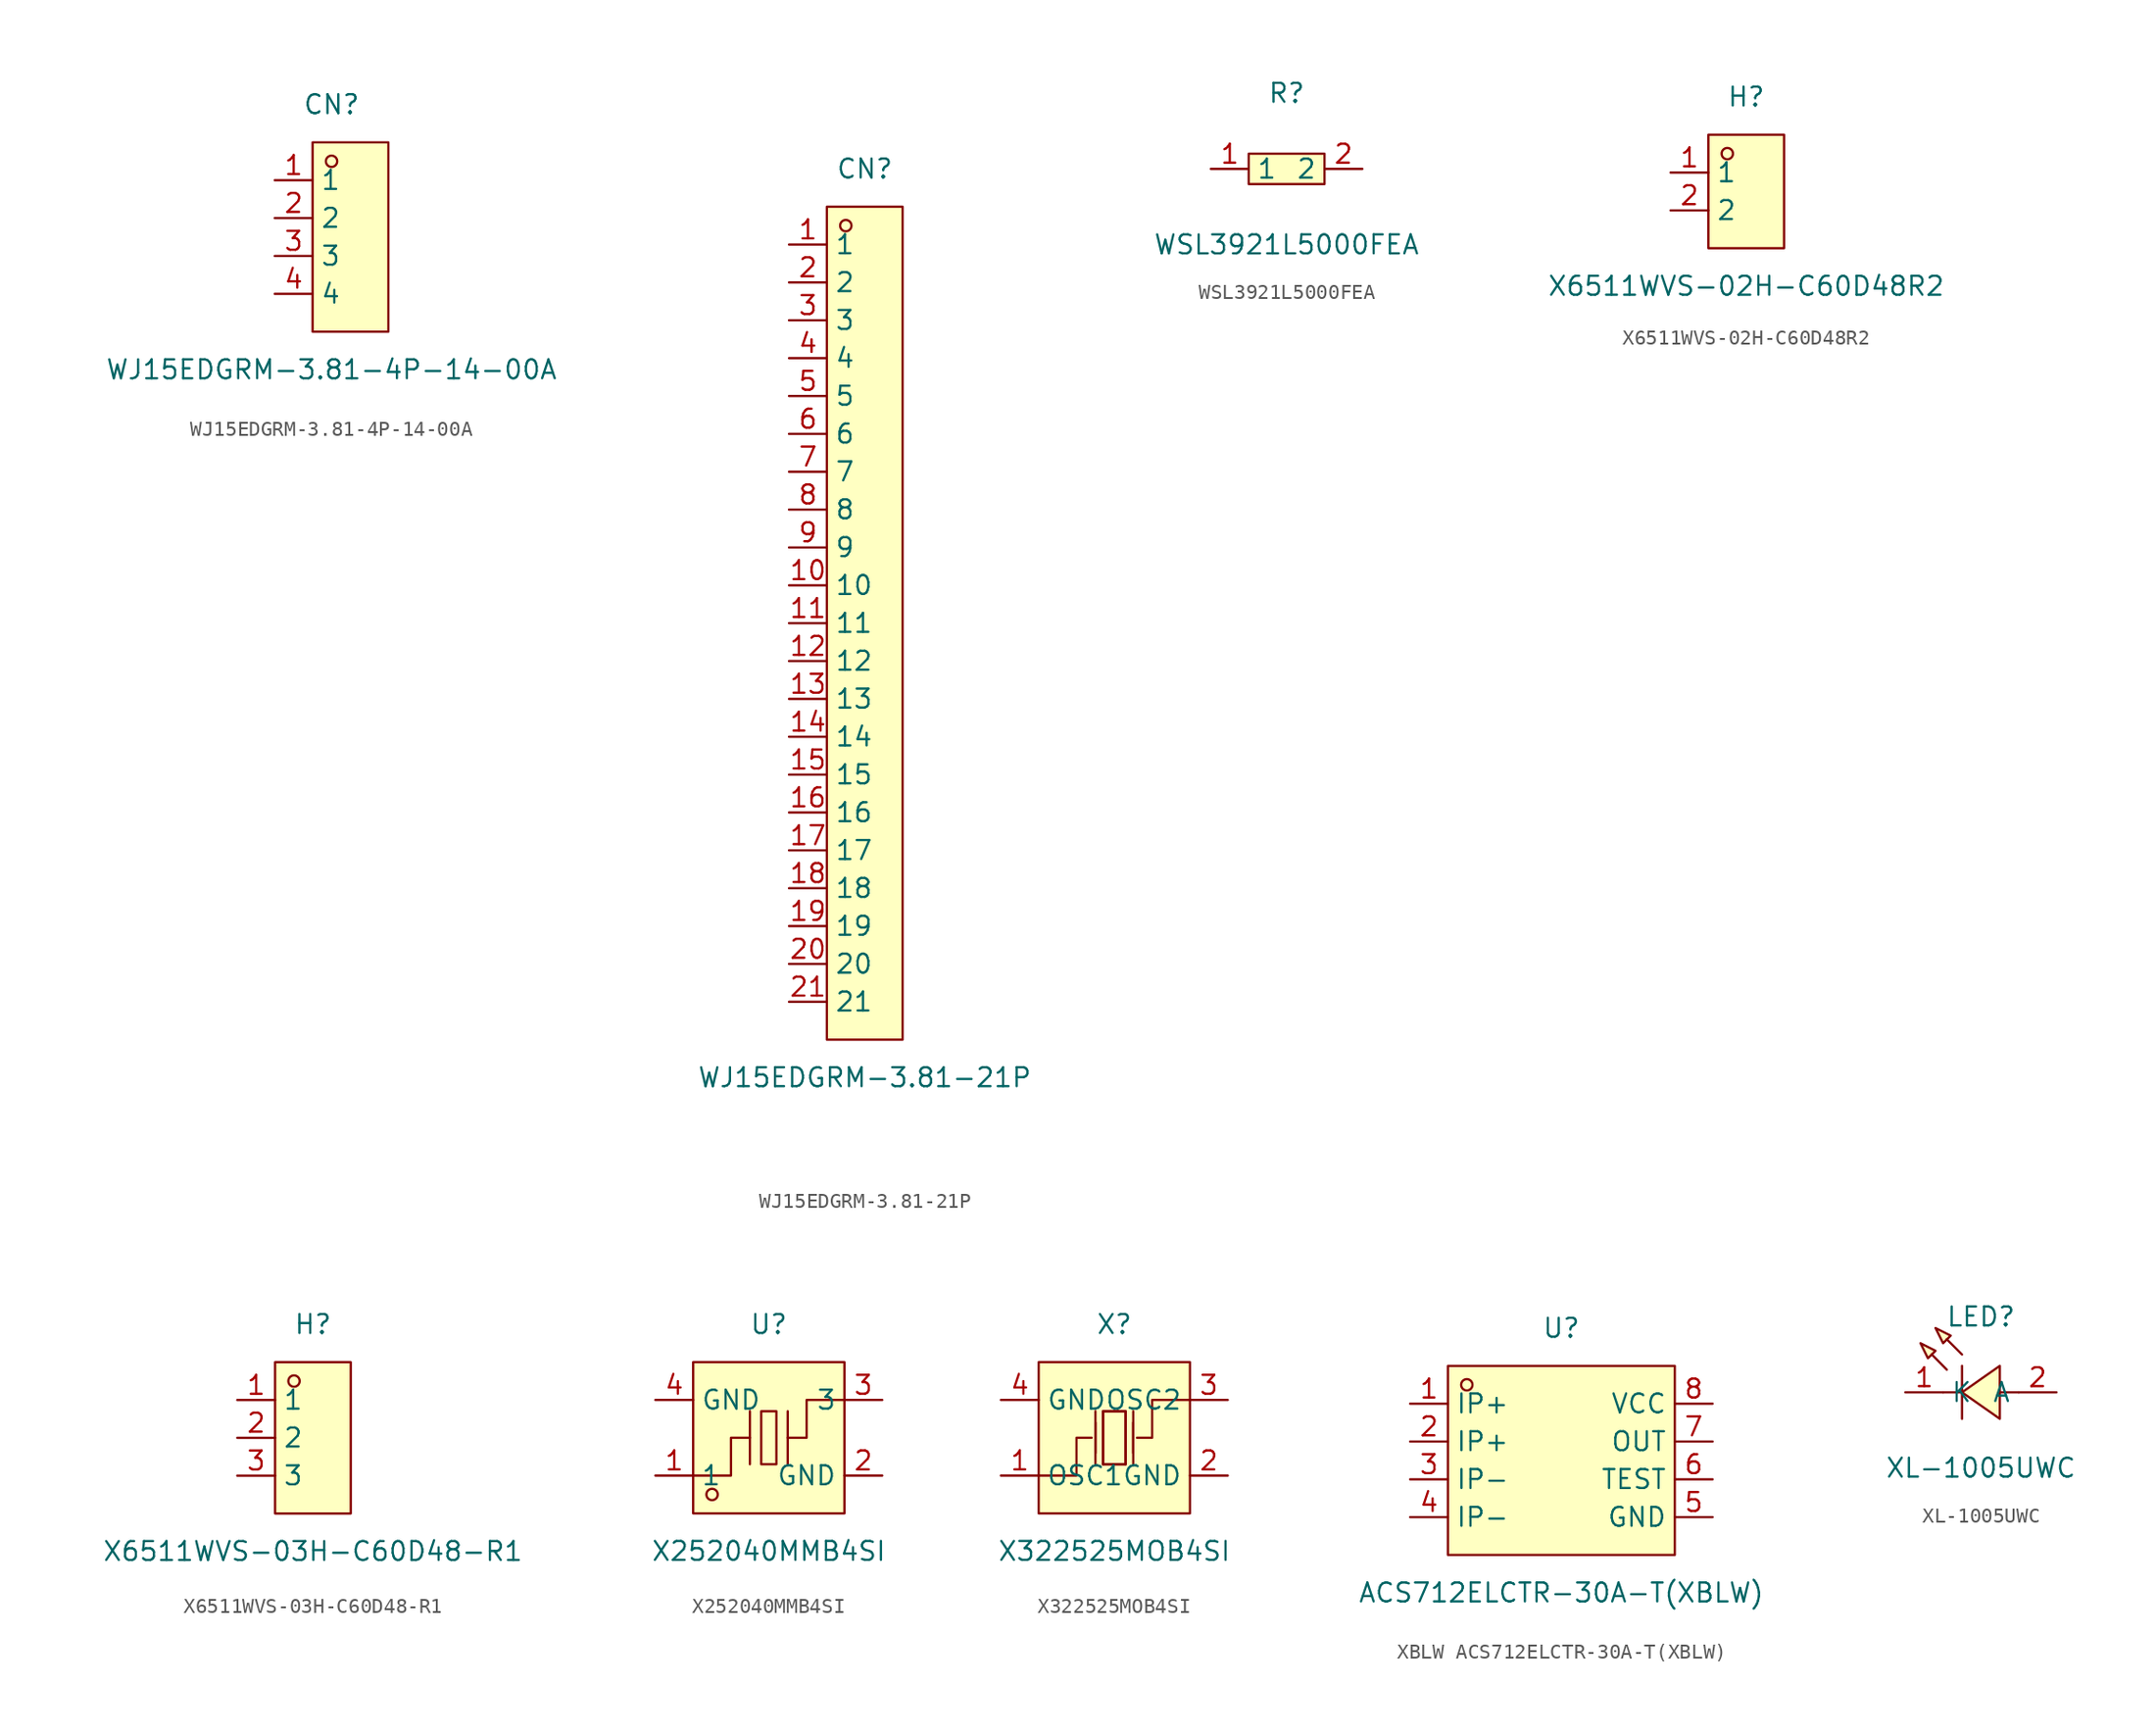
<source format=kicad_sym>
(kicad_symbol_lib
  (version 20231120)
  (generator "kicad_symbol_editor")
  (generator_version "8.0")
  (symbol "WJ15EDGRM-3.81-4P-14-00A"
    (property "Reference" "CN"
      (at 0 8.89 0)
      (effects (font (size 1.27 1.27))))
    (property "Value" "WJ15EDGRM-3.81-4P-14-00A"
      (at 0 -8.89 0)
      (effects (font (size 1.27 1.27))))
    (symbol "WJ15EDGRM-3.81-4P-14-00A_0_1"
      (rectangle (start -1.27 6.35) (end 3.81 -6.35) (stroke (width 0) (type default) (color 0 0 0 0)) (fill (type background)))
      (circle (center 0.00 5.08) (radius 0.38) (stroke (width 0) (type default) (color 0 0 0 0)) (fill (type none)))
      (pin unspecified line (at -3.81 3.81 0) (length 2.54) (name "1" (effects (font (size 1.27 1.27)))) (number "1" (effects (font (size 1.27 1.27)))))
      (pin unspecified line (at -3.81 1.27 0) (length 2.54) (name "2" (effects (font (size 1.27 1.27)))) (number "2" (effects (font (size 1.27 1.27)))))
      (pin unspecified line (at -3.81 -1.27 0) (length 2.54) (name "3" (effects (font (size 1.27 1.27)))) (number "3" (effects (font (size 1.27 1.27)))))
      (pin unspecified line (at -3.81 -3.81 0) (length 2.54) (name "4" (effects (font (size 1.27 1.27)))) (number "4" (effects (font (size 1.27 1.27)))))))
  (symbol "WJ15EDGRM-3.81-21P"
    (property "Reference" "CN"
      (at 0 30.48 0)
      (effects (font (size 1.27 1.27))))
    (property "Value" "WJ15EDGRM-3.81-21P"
      (at 0 -30.48 0)
      (effects (font (size 1.27 1.27))))
    (symbol "WJ15EDGRM-3.81-21P_0_1"
      (rectangle (start -2.54 27.94) (end 2.54 -27.94) (stroke (width 0) (type default) (color 0 0 0 0)) (fill (type background)))
      (circle (center -1.27 26.67) (radius 0.38) (stroke (width 0) (type default) (color 0 0 0 0)) (fill (type none)))
      (pin unspecified line (at -5.08 25.40 0) (length 2.54) (name "1" (effects (font (size 1.27 1.27)))) (number "1" (effects (font (size 1.27 1.27)))))
      (pin unspecified line (at -5.08 22.86 0) (length 2.54) (name "2" (effects (font (size 1.27 1.27)))) (number "2" (effects (font (size 1.27 1.27)))))
      (pin unspecified line (at -5.08 20.32 0) (length 2.54) (name "3" (effects (font (size 1.27 1.27)))) (number "3" (effects (font (size 1.27 1.27)))))
      (pin unspecified line (at -5.08 17.78 0) (length 2.54) (name "4" (effects (font (size 1.27 1.27)))) (number "4" (effects (font (size 1.27 1.27)))))
      (pin unspecified line (at -5.08 15.24 0) (length 2.54) (name "5" (effects (font (size 1.27 1.27)))) (number "5" (effects (font (size 1.27 1.27)))))
      (pin unspecified line (at -5.08 12.70 0) (length 2.54) (name "6" (effects (font (size 1.27 1.27)))) (number "6" (effects (font (size 1.27 1.27)))))
      (pin unspecified line (at -5.08 10.16 0) (length 2.54) (name "7" (effects (font (size 1.27 1.27)))) (number "7" (effects (font (size 1.27 1.27)))))
      (pin unspecified line (at -5.08 7.62 0) (length 2.54) (name "8" (effects (font (size 1.27 1.27)))) (number "8" (effects (font (size 1.27 1.27)))))
      (pin unspecified line (at -5.08 5.08 0) (length 2.54) (name "9" (effects (font (size 1.27 1.27)))) (number "9" (effects (font (size 1.27 1.27)))))
      (pin unspecified line (at -5.08 2.54 0) (length 2.54) (name "10" (effects (font (size 1.27 1.27)))) (number "10" (effects (font (size 1.27 1.27)))))
      (pin unspecified line (at -5.08 -0.00 0) (length 2.54) (name "11" (effects (font (size 1.27 1.27)))) (number "11" (effects (font (size 1.27 1.27)))))
      (pin unspecified line (at -5.08 -2.54 0) (length 2.54) (name "12" (effects (font (size 1.27 1.27)))) (number "12" (effects (font (size 1.27 1.27)))))
      (pin unspecified line (at -5.08 -5.08 0) (length 2.54) (name "13" (effects (font (size 1.27 1.27)))) (number "13" (effects (font (size 1.27 1.27)))))
      (pin unspecified line (at -5.08 -7.62 0) (length 2.54) (name "14" (effects (font (size 1.27 1.27)))) (number "14" (effects (font (size 1.27 1.27)))))
      (pin unspecified line (at -5.08 -10.16 0) (length 2.54) (name "15" (effects (font (size 1.27 1.27)))) (number "15" (effects (font (size 1.27 1.27)))))
      (pin unspecified line (at -5.08 -12.70 0) (length 2.54) (name "16" (effects (font (size 1.27 1.27)))) (number "16" (effects (font (size 1.27 1.27)))))
      (pin unspecified line (at -5.08 -15.24 0) (length 2.54) (name "17" (effects (font (size 1.27 1.27)))) (number "17" (effects (font (size 1.27 1.27)))))
      (pin unspecified line (at -5.08 -17.78 0) (length 2.54) (name "18" (effects (font (size 1.27 1.27)))) (number "18" (effects (font (size 1.27 1.27)))))
      (pin unspecified line (at -5.08 -20.32 0) (length 2.54) (name "19" (effects (font (size 1.27 1.27)))) (number "19" (effects (font (size 1.27 1.27)))))
      (pin unspecified line (at -5.08 -22.86 0) (length 2.54) (name "20" (effects (font (size 1.27 1.27)))) (number "20" (effects (font (size 1.27 1.27)))))
      (pin unspecified line (at -5.08 -25.40 0) (length 2.54) (name "21" (effects (font (size 1.27 1.27)))) (number "21" (effects (font (size 1.27 1.27)))))))
  (symbol "WSL3921L5000FEA"
    (property "Reference" "R"
      (at 0 5.08 0)
      (effects (font (size 1.27 1.27))))
    (property "Value" "WSL3921L5000FEA"
      (at 0 -5.08 0)
      (effects (font (size 1.27 1.27))))
    (symbol "WSL3921L5000FEA_0_1"
      (rectangle (start -2.54 1.02) (end 2.54 -1.02) (stroke (width 0) (type default)) (fill (type background)))
      (pin unspecified line (at -5.08 0 0) (length 2.54) (name "1" (effects (font (size 1.27 1.27)))) (number "1" (effects (font (size 1.27 1.27)))))
      (pin unspecified line (at 5.08 0 180) (length 2.54) (name "2" (effects (font (size 1.27 1.27)))) (number "2" (effects (font (size 1.27 1.27)))))))
  (symbol "X6511WVS-02H-C60D48R2"
    (property "Reference" "H"
      (at 0 6.35 0)
      (effects (font (size 1.27 1.27))))
    (property "Value" "X6511WVS-02H-C60D48R2"
      (at 0 -6.35 0)
      (effects (font (size 1.27 1.27))))
    (symbol "X6511WVS-02H-C60D48R2_0_1"
      (rectangle (start -2.54 3.81) (end 2.54 -3.81) (stroke (width 0) (type default)) (fill (type background)))
      (circle (center -1.27 2.54) (radius 0.38) (stroke (width 0) (type default)) (fill (type none)))
      (pin unspecified line (at -5.08 1.27 0) (length 2.54) (name "1" (effects (font (size 1.27 1.27)))) (number "1" (effects (font (size 1.27 1.27)))))
      (pin unspecified line (at -5.08 -1.27 0) (length 2.54) (name "2" (effects (font (size 1.27 1.27)))) (number "2" (effects (font (size 1.27 1.27)))))))
  (symbol "X6511WVS-03H-C60D48-R1"
    (property "Reference" "H"
      (at 0 7.62 0)
      (effects (font (size 1.27 1.27))))
    (property "Value" "X6511WVS-03H-C60D48-R1"
      (at 0 -7.62 0)
      (effects (font (size 1.27 1.27))))
    (symbol "X6511WVS-03H-C60D48-R1_0_1"
      (rectangle (start -2.54 5.08) (end 2.54 -5.08) (stroke (width 0) (type default)) (fill (type background)))
      (circle (center -1.27 3.81) (radius 0.38) (stroke (width 0) (type default)) (fill (type none)))
      (pin unspecified line (at -5.08 2.54 0) (length 2.54) (name "1" (effects (font (size 1.27 1.27)))) (number "1" (effects (font (size 1.27 1.27)))))
      (pin unspecified line (at -5.08 0 0) (length 2.54) (name "2" (effects (font (size 1.27 1.27)))) (number "2" (effects (font (size 1.27 1.27)))))
      (pin unspecified line (at -5.08 -2.54 0) (length 2.54) (name "3" (effects (font (size 1.27 1.27)))) (number "3" (effects (font (size 1.27 1.27)))))))
  (symbol "X252040MMB4SI"
    (property "Reference" "U"
      (at 0 7.62 0)
      (effects (font (size 1.27 1.27))))
    (property "Value" "X252040MMB4SI"
      (at 0 -7.62 0)
      (effects (font (size 1.27 1.27))))
    (symbol "X252040MMB4SI_0_1"
      (rectangle (start -5.08 5.08) (end 5.08 -5.08) (stroke (width 0) (type default)) (fill (type background)))
      (circle (center -3.81 -3.81) (radius 0.38) (stroke (width 0) (type default)) (fill (type none)))
      (rectangle (start -0.51 1.78) (end 0.51 -1.78) (stroke (width 0) (type default)) (fill (type background)))
      (polyline (pts (xy -1.27 -1.78) (xy -1.27 1.78)) (stroke (width 0) (type default)) (fill (type none)))
      (polyline (pts (xy 1.27 -1.78) (xy 1.27 1.78)) (stroke (width 0) (type default)) (fill (type none)))
      (polyline (pts (xy -5.08 -2.54) (xy -2.54 -2.54) (xy -2.54 0) (xy -1.27 0)) (stroke (width 0) (type default)) (fill (type none)))
      (polyline (pts (xy 5.08 2.54) (xy 2.54 2.54) (xy 2.54 0) (xy 1.27 0)) (stroke (width 0) (type default)) (fill (type none)))
      (pin input line (at -7.62 -2.54 0) (length 2.54) (name "1" (effects (font (size 1.27 1.27)))) (number "1" (effects (font (size 1.27 1.27)))))
      (pin input line (at 7.62 -2.54 180) (length 2.54) (name "GND" (effects (font (size 1.27 1.27)))) (number "2" (effects (font (size 1.27 1.27)))))
      (pin input line (at 7.62 2.54 180) (length 2.54) (name "3" (effects (font (size 1.27 1.27)))) (number "3" (effects (font (size 1.27 1.27)))))
      (pin input line (at -7.62 2.54 0) (length 2.54) (name "GND" (effects (font (size 1.27 1.27)))) (number "4" (effects (font (size 1.27 1.27)))))))
  (symbol "X322525MOB4SI"
    (property "Reference" "X"
      (at 0 7.62 0)
      (effects (font (size 1.27 1.27))))
    (property "Value" "X322525MOB4SI"
      (at 0 -7.62 0)
      (effects (font (size 1.27 1.27))))
    (symbol "X322525MOB4SI_0_1"
      (rectangle (start -5.08 5.08) (end 5.08 -5.08) (stroke (width 0) (type default)) (fill (type background)))
      (polyline (pts (xy -1.27 -1.78) (xy -1.27 1.78)) (stroke (width 0) (type default)) (fill (type none)))
      (polyline (pts (xy -1.27 -1.02) (xy -1.27 1.02)) (stroke (width 0) (type default)) (fill (type none)))
      (polyline (pts (xy 0.76 -1.78) (xy -0.76 -1.78)) (stroke (width 0) (type default)) (fill (type none)))
      (polyline (pts (xy 1.27 -1.78) (xy 1.27 1.78)) (stroke (width 0) (type default)) (fill (type none)))
      (polyline (pts (xy 1.27 -1.02) (xy 1.27 1.02)) (stroke (width 0) (type default)) (fill (type none)))
      (polyline (pts (xy -5.08 -2.54) (xy -2.54 -2.54) (xy -2.54 0) (xy -1.52 0)) (stroke (width 0) (type default)) (fill (type none)))
      (polyline (pts (xy -0.76 -1.78) (xy -0.76 1.78) (xy 0.76 1.78) (xy 0.76 -1.78)) (stroke (width 0) (type default)) (fill (type none)))
      (polyline (pts (xy 5.08 2.54) (xy 2.54 2.54) (xy 2.54 0) (xy 1.52 0)) (stroke (width 0) (type default)) (fill (type none)))
      (polyline (pts (xy 0.76 1.78) (xy 0.76 -1.78) (xy -0.76 -1.78) (xy -0.76 1.78) (xy 0.76 1.78)) (stroke (width 0) (type default)) (fill (type background)))
      (pin unspecified line (at -7.62 -2.54 0) (length 2.54) (name "OSC1" (effects (font (size 1.27 1.27)))) (number "1" (effects (font (size 1.27 1.27)))))
      (pin unspecified line (at 7.62 -2.54 180) (length 2.54) (name "GND" (effects (font (size 1.27 1.27)))) (number "2" (effects (font (size 1.27 1.27)))))
      (pin unspecified line (at 7.62 2.54 180) (length 2.54) (name "OSC2" (effects (font (size 1.27 1.27)))) (number "3" (effects (font (size 1.27 1.27)))))
      (pin unspecified line (at -7.62 2.54 0) (length 2.54) (name "GND" (effects (font (size 1.27 1.27)))) (number "4" (effects (font (size 1.27 1.27)))))))
  (symbol "XBLW ACS712ELCTR-30A-T(XBLW)"
    (property "Reference" "U"
      (at 0 8.89 0)
      (effects (font (size 1.27 1.27))))
    (property "Value" "ACS712ELCTR-30A-T(XBLW)"
      (at 0 -8.89 0)
      (effects (font (size 1.27 1.27))))
    (symbol "XBLW ACS712ELCTR-30A-T(XBLW)_0_1"
      (rectangle (start -7.62 6.35) (end 7.62 -6.35) (stroke (width 0) (type default)) (fill (type background)))
      (circle (center -6.35 5.08) (radius 0.38) (stroke (width 0) (type default)) (fill (type none)))
      (pin unspecified line (at -10.16 3.81 0) (length 2.54) (name "IP+" (effects (font (size 1.27 1.27)))) (number "1" (effects (font (size 1.27 1.27)))))
      (pin unspecified line (at -10.16 1.27 0) (length 2.54) (name "IP+" (effects (font (size 1.27 1.27)))) (number "2" (effects (font (size 1.27 1.27)))))
      (pin unspecified line (at -10.16 -1.27 0) (length 2.54) (name "IP-" (effects (font (size 1.27 1.27)))) (number "3" (effects (font (size 1.27 1.27)))))
      (pin unspecified line (at -10.16 -3.81 0) (length 2.54) (name "IP-" (effects (font (size 1.27 1.27)))) (number "4" (effects (font (size 1.27 1.27)))))
      (pin unspecified line (at 10.16 -3.81 180) (length 2.54) (name "GND" (effects (font (size 1.27 1.27)))) (number "5" (effects (font (size 1.27 1.27)))))
      (pin unspecified line (at 10.16 -1.27 180) (length 2.54) (name "TEST" (effects (font (size 1.27 1.27)))) (number "6" (effects (font (size 1.27 1.27)))))
      (pin unspecified line (at 10.16 1.27 180) (length 2.54) (name "OUT" (effects (font (size 1.27 1.27)))) (number "7" (effects (font (size 1.27 1.27)))))
      (pin unspecified line (at 10.16 3.81 180) (length 2.54) (name "VCC" (effects (font (size 1.27 1.27)))) (number "8" (effects (font (size 1.27 1.27)))))))
  (symbol "XL-1005UWC"
    (property "Reference" "LED"
      (at 0 5.08 0)
      (effects (font (size 1.27 1.27))))
    (property "Value" "XL-1005UWC"
      (at 0 -5.08 0)
      (effects (font (size 1.27 1.27))))
    (symbol "XL-1005UWC_0_1"
      (polyline (pts (xy -1.27 0) (xy -2.54 0)) (stroke (width 0) (type default)) (fill (type none)))
      (polyline (pts (xy -1.27 1.78) (xy -1.27 -1.78)) (stroke (width 0) (type default)) (fill (type none)))
      (polyline (pts (xy 2.54 0) (xy 1.27 0)) (stroke (width 0) (type default)) (fill (type none)))
      (polyline (pts (xy -2.29 1.52) (xy -3.3 2.54) (xy -2.29 1.52)) (stroke (width 0) (type default)) (fill (type background)))
      (polyline (pts (xy -1.27 2.54) (xy -2.29 3.56) (xy -1.27 2.54)) (stroke (width 0) (type default)) (fill (type background)))
      (polyline (pts (xy -4.06 3.3) (xy -3.05 2.79) (xy -3.56 2.29) (xy -4.06 3.3)) (stroke (width 0) (type default)) (fill (type background)))
      (polyline (pts (xy -3.05 4.32) (xy -2.03 3.81) (xy -2.54 3.3) (xy -3.05 4.32)) (stroke (width 0) (type default)) (fill (type background)))
      (polyline (pts (xy 1.27 1.78) (xy -1.27 0) (xy 1.27 -1.78) (xy 1.27 1.78)) (stroke (width 0) (type default)) (fill (type background)))
      (pin unspecified line (at -5.08 0 0) (length 2.54) (name "K" (effects (font (size 1.27 1.27)))) (number "1" (effects (font (size 1.27 1.27)))))
      (pin unspecified line (at 5.08 0 180) (length 2.54) (name "A" (effects (font (size 1.27 1.27)))) (number "2" (effects (font (size 1.27 1.27))))))))
</source>
